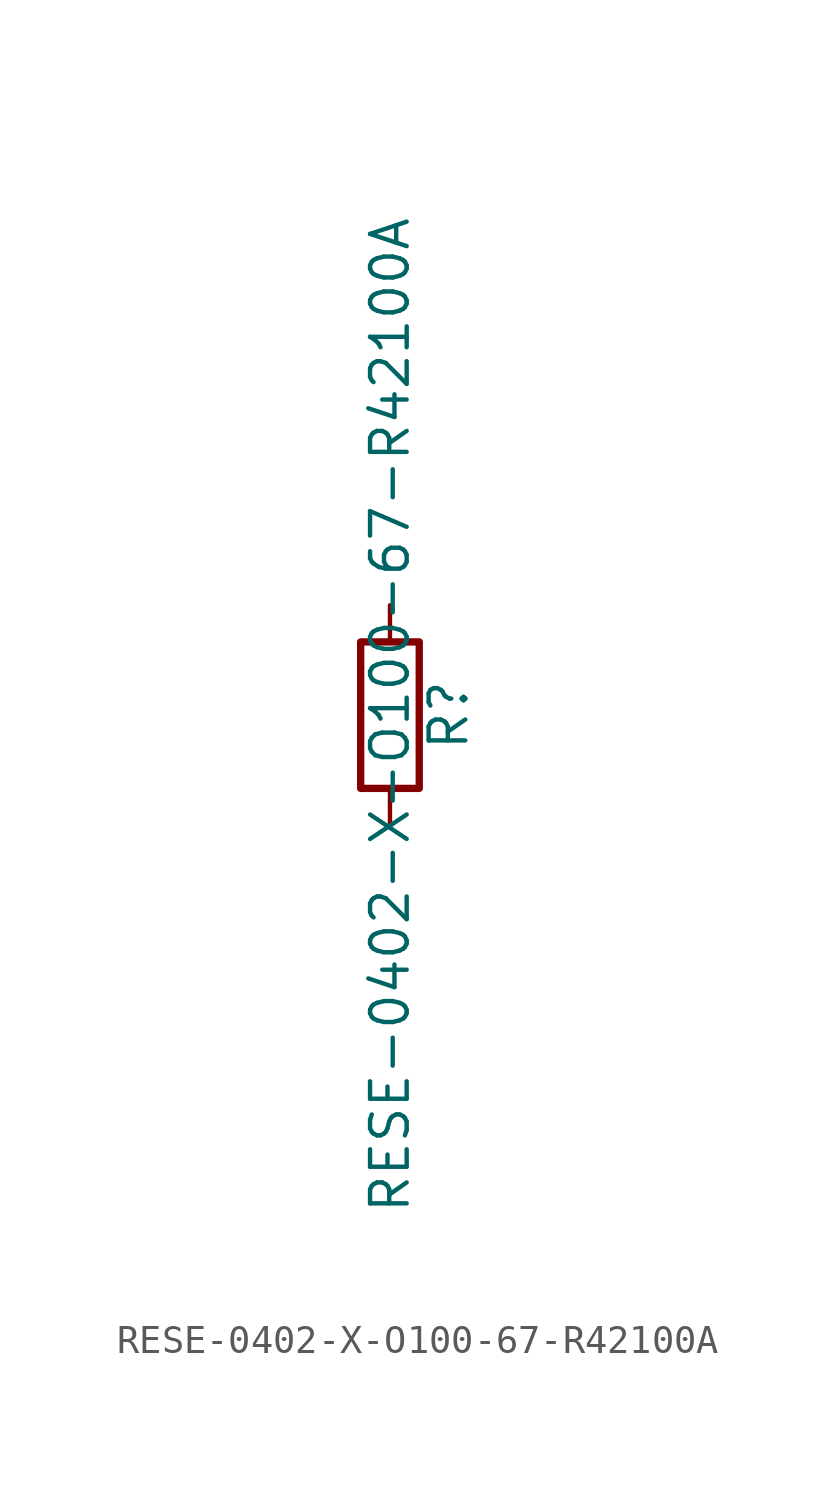
<source format=kicad_sym>
(kicad_symbol_lib
  (version 20211014)
  (generator kicad_symbol_editor)
  (symbol "RESE-0402-X-O100-67-R42100A"
    (pin_numbers hide)
    (pin_names
      (offset 0))
    (property "Reference" "R"
      (at 2.032 0 90)
      (effects (font (size 1.27 1.27))))
    (property "Value" "RESE-0402-X-O100-67-R42100A"
      (at 0 0 90)
      (effects (font (size 1.27 1.27))))
    (symbol "RESE-0402-X-O100-67-R42100A_0_1"
      (rectangle (start -1.016 -2.54) (end 1.016 2.54) (stroke (width 0.254) (type default) (color 0 0 0 0)) (fill (type none))))
    (symbol "RESE-0402-X-O100-67-R42100A_1_1"
      (pin passive line (at 0 3.81 270) (length 1.27) (name "~" (effects (font (size 1.27 1.27)))) (number "1" (effects (font (size 1.27 1.27)))))
      (pin passive line (at 0 -3.81 90) (length 1.27) (name "~" (effects (font (size 1.27 1.27)))) (number "2" (effects (font (size 1.27 1.27))))))))
</source>
